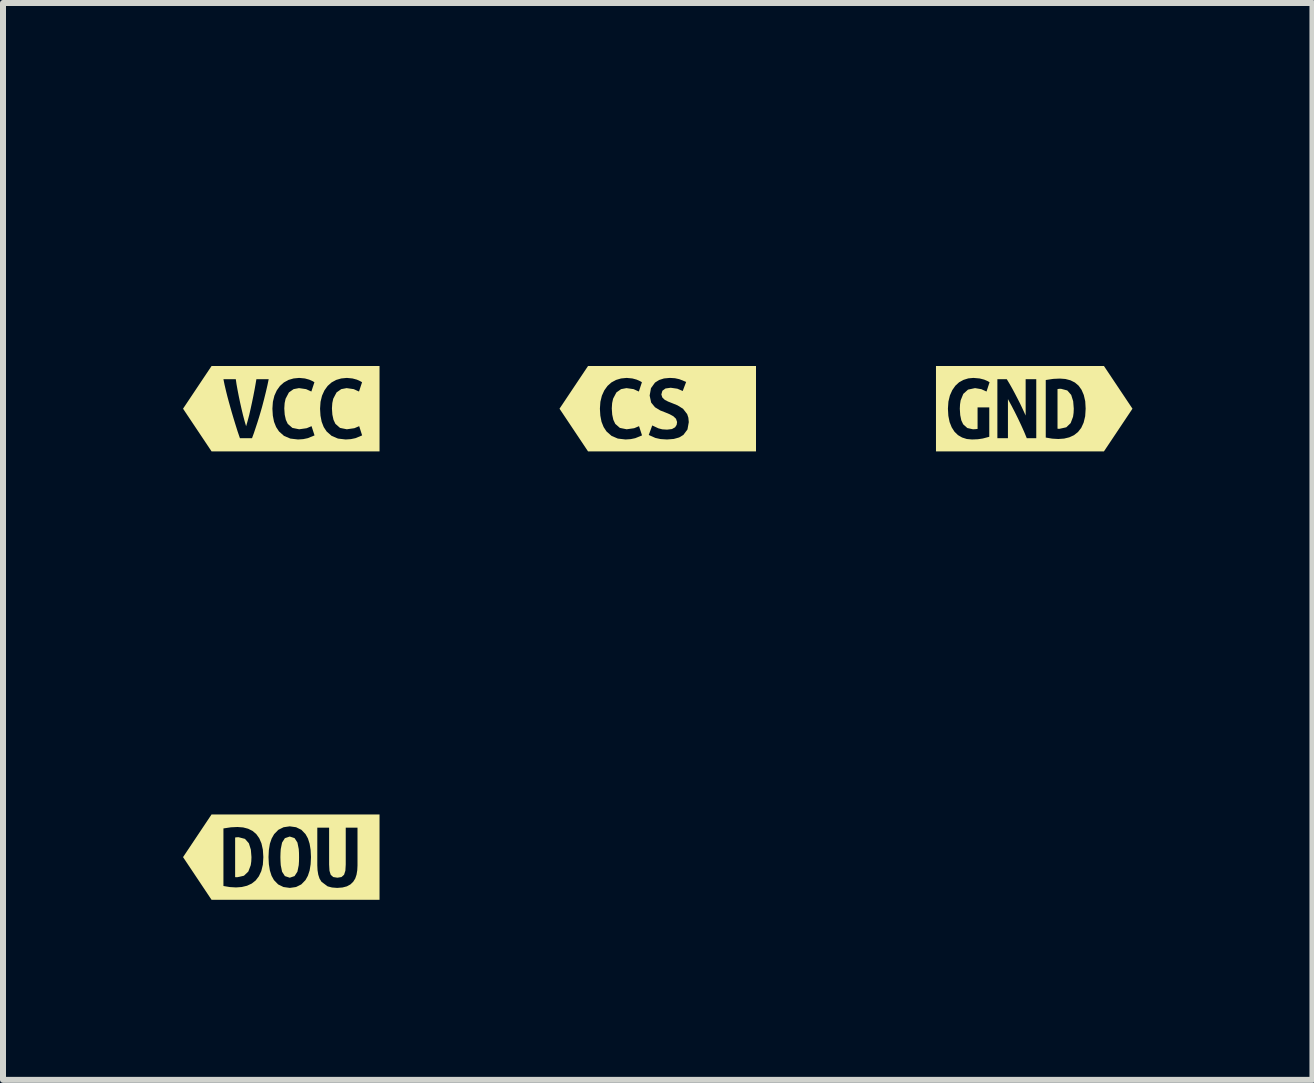
<source format=kicad_pcb>
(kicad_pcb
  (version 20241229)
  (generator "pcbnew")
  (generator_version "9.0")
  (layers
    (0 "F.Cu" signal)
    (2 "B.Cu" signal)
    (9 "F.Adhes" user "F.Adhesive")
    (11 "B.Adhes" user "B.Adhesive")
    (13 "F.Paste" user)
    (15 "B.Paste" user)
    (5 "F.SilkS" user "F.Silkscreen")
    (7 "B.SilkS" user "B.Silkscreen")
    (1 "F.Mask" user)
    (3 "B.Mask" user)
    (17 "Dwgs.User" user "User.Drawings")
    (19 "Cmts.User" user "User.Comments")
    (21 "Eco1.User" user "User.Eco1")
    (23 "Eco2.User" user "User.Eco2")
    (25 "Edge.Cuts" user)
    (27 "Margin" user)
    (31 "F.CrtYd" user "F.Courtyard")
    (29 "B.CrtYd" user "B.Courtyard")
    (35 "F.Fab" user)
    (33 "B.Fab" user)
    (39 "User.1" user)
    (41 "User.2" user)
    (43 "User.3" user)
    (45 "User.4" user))
  (footprint "kibuzzard-6458C228"
    (layer "F.Cu")
    (at 1.637 11.232)
    (property "Reference" "kibuzzard-6458C228" (at 0 -3.759 0) (layer "F.SilkS") (effects (font (size 0.001 0.001) (thickness 0.15))))
    (attr board_only exclude_from_pos_files exclude_from_bom)
    (fp_poly (pts (xy -0.769 0.333) (xy -0.751 0.335) (xy -0.734 0.335) (xy -0.622 0.31) (xy -0.549 0.24) (xy -0.509 0.134) (xy -0.5 0.07) (xy -0.497 0) (xy -0.507 -0.124) (xy -0.54 -0.23) (xy -0.605 -0.304) (xy -0.712 -0.332) (xy -0.74 -0.331) (xy -0.769 -0.327) (xy -0.769 0.333)) (stroke (width 0) (type solid)) (fill yes) (layer "F.SilkS"))
    (fp_poly (pts (xy -0.015 0) (xy -0.013 0.069) (xy -0.009 0.134) (xy 0.013 0.243) (xy 0.06 0.316) (xy 0.141 0.343) (xy 0.221 0.316) (xy 0.269 0.242) (xy 0.291 0.133) (xy 0.295 0.069) (xy 0.296 0) (xy 0.295 -0.069) (xy 0.291 -0.134) (xy 0.269 -0.243) (xy 0.222 -0.316) (xy 0.141 -0.343) (xy 0.06 -0.316) (xy 0.013 -0.242) (xy -0.009 -0.133) (xy -0.013 -0.069) (xy -0.015 0)) (stroke (width 0) (type solid)) (fill yes) (layer "F.SilkS"))
    (fp_poly (pts (xy -0.964 -0.711) (xy -1.162 -0.711) (xy -1.637 0) (xy -1.162 0.711) (xy -0.964 0.711) (xy -0.754 0.711) (xy -0.754 0.505) (xy -0.857 0.499) (xy -0.964 0.481) (xy -0.964 -0.478) (xy -0.839 -0.497) (xy -0.729 -0.502) (xy -0.636 -0.495) (xy -0.552 -0.473) (xy -0.478 -0.436) (xy -0.416 -0.383) (xy -0.367 -0.314) (xy -0.33 -0.228) (xy -0.307 -0.124) (xy -0.299 0) (xy -0.307 0.126) (xy -0.333 0.233) (xy -0.374 0.32) (xy -0.427 0.389) (xy -0.493 0.441) (xy -0.571 0.477) (xy -0.659 0.498) (xy -0.754 0.505) (xy -0.754 0.711) (xy 0.143 0.711) (xy 0.143 0.513) (xy 0.036 0.498) (xy -0.052 0.455) (xy -0.122 0.383) (xy -0.162 0.311) (xy -0.19 0.223) (xy -0.207 0.119) (xy -0.213 0) (xy -0.207 -0.119) (xy -0.19 -0.223) (xy -0.16 -0.311) (xy -0.119 -0.383) (xy -0.049 -0.455) (xy 0.038 -0.498) (xy 0.141 -0.513) (xy 0.247 -0.498) (xy 0.335 -0.455) (xy 0.404 -0.383) (xy 0.444 -0.311) (xy 0.472 -0.223) (xy 0.489 -0.119) (xy 0.495 0) (xy 0.489 0.119) (xy 0.472 0.223) (xy 0.443 0.311) (xy 0.403 0.383) (xy 0.333 0.455) (xy 0.246 0.498) (xy 0.143 0.513) (xy 0.143 0.711) (xy 0.931 0.711) (xy 0.931 0.513) (xy 0.844 0.506) (xy 0.772 0.487) (xy 0.67 0.411) (xy 0.637 0.357) (xy 0.616 0.292) (xy 0.604 0.218) (xy 0.6 0.137) (xy 0.6 -0.491) (xy 0.797 -0.491) (xy 0.797 0.124) (xy 0.803 0.228) (xy 0.824 0.295) (xy 0.866 0.332) (xy 0.935 0.343) (xy 1.003 0.332) (xy 1.046 0.294) (xy 1.068 0.226) (xy 1.074 0.122) (xy 1.074 -0.491) (xy 1.27 -0.491) (xy 1.27 0.137) (xy 1.266 0.218) (xy 1.254 0.292) (xy 1.232 0.357) (xy 1.198 0.411) (xy 1.152 0.455) (xy 1.093 0.487) (xy 1.02 0.506) (xy 0.931 0.513) (xy 0.931 0.711) (xy 1.438 0.711) (xy 1.637 0.711) (xy 1.637 -0.711) (xy 1.438 -0.711) (xy -0.964 -0.711)) (stroke (width 0) (type solid)) (fill yes) (layer "F.SilkS")))
  (footprint "kibuzzard-6458C092"
    (layer "F.Cu")
    (at 14.183 3.76)
    (property "Reference" "kibuzzard-6458C092" (at 0 -3.759 0) (layer "F.SilkS") (effects (font (size 0.001 0.001) (thickness 0.15))))
    (attr board_only exclude_from_pos_files exclude_from_bom)
    (fp_poly (pts (xy 0.388 0.333) (xy 0.405 0.335) (xy 0.422 0.335) (xy 0.534 0.31) (xy 0.607 0.24) (xy 0.647 0.134) (xy 0.656 0.07) (xy 0.659 0) (xy 0.649 -0.124) (xy 0.616 -0.23) (xy 0.551 -0.304) (xy 0.445 -0.332) (xy 0.416 -0.331) (xy 0.388 -0.327) (xy 0.388 0.333)) (stroke (width 0) (type solid)) (fill yes) (layer "F.SilkS"))
    (fp_poly (pts (xy -1.438 -0.711) (xy -1.637 -0.711) (xy -1.637 0.711) (xy -1.438 0.711) (xy -1.036 0.711) (xy -1.036 0.513) (xy -1.124 0.505) (xy -1.202 0.48) (xy -1.271 0.44) (xy -1.329 0.383) (xy -1.375 0.311) (xy -1.41 0.223) (xy -1.431 0.119) (xy -1.438 0) (xy -1.43 -0.118) (xy -1.405 -0.221) (xy -1.365 -0.31) (xy -1.314 -0.383) (xy -1.252 -0.44) (xy -1.179 -0.48) (xy -1.099 -0.505) (xy -1.013 -0.513) (xy -0.91 -0.504) (xy -0.832 -0.484) (xy -0.777 -0.46) (xy -0.744 -0.441) (xy -0.795 -0.286) (xy -0.881 -0.325) (xy -0.986 -0.343) (xy -1.103 -0.318) (xy -1.182 -0.247) (xy -1.226 -0.139) (xy -1.236 -0.073) (xy -1.24 0) (xy -1.233 0.107) (xy -1.215 0.194) (xy -1.184 0.26) (xy -1.115 0.322) (xy -1.021 0.343) (xy -0.982 0.341) (xy -0.944 0.337) (xy -0.944 -0.022) (xy -0.749 -0.022) (xy -0.749 0.468) (xy -0.858 0.497) (xy -0.939 0.509) (xy -1.036 0.513) (xy -1.036 0.711) (xy -0.124 0.711) (xy -0.124 0.492) (xy -0.169 0.383) (xy -0.218 0.274) (xy -0.269 0.166) (xy -0.323 0.057) (xy -0.379 -0.051) (xy -0.438 -0.16) (xy -0.438 0.492) (xy -0.614 0.492) (xy -0.614 -0.491) (xy -0.457 -0.491) (xy -0.413 -0.418) (xy -0.368 -0.339) (xy -0.324 -0.257) (xy -0.282 -0.176) (xy -0.241 -0.096) (xy -0.204 -0.019) (xy -0.171 0.052) (xy -0.143 0.114) (xy -0.143 -0.491) (xy 0.034 -0.491) (xy 0.034 0.492) (xy -0.124 0.492) (xy -0.124 0.711) (xy 0.402 0.711) (xy 0.402 0.505) (xy 0.299 0.499) (xy 0.192 0.481) (xy 0.192 -0.478) (xy 0.318 -0.497) (xy 0.427 -0.502) (xy 0.52 -0.495) (xy 0.604 -0.473) (xy 0.678 -0.436) (xy 0.74 -0.383) (xy 0.789 -0.314) (xy 0.826 -0.228) (xy 0.85 -0.124) (xy 0.857 0) (xy 0.849 0.126) (xy 0.823 0.233) (xy 0.783 0.32) (xy 0.729 0.389) (xy 0.663 0.441) (xy 0.585 0.477) (xy 0.498 0.498) (xy 0.402 0.505) (xy 0.402 0.711) (xy 0.964 0.711) (xy 1.162 0.711) (xy 1.637 0) (xy 1.162 -0.711) (xy 0.964 -0.711) (xy -1.438 -0.711)) (stroke (width 0) (type solid)) (fill yes) (layer "F.SilkS")))
  (footprint "kibuzzard-6458C1CB"
    (layer "F.Cu")
    (at 7.91 3.76)
    (property "Reference" "kibuzzard-6458C1CB" (at 0 -3.759 0) (layer "F.SilkS") (effects (font (size 0.001 0.001) (thickness 0.15))))
    (attr board_only exclude_from_pos_files exclude_from_bom)
    (fp_poly (pts (xy -0.964 -0.711) (xy -1.162 -0.711) (xy -1.637 0) (xy -1.162 0.711) (xy -0.964 0.711) (xy -0.537 0.711) (xy -0.537 0.513) (xy -0.665 0.498) (xy -0.77 0.453) (xy -0.854 0.379) (xy -0.902 0.306) (xy -0.937 0.218) (xy -0.957 0.116) (xy -0.964 0) (xy -0.956 -0.115) (xy -0.931 -0.217) (xy -0.891 -0.305) (xy -0.838 -0.379) (xy -0.773 -0.437) (xy -0.696 -0.479) (xy -0.611 -0.504) (xy -0.518 -0.513) (xy -0.423 -0.504) (xy -0.35 -0.484) (xy -0.296 -0.46) (xy -0.264 -0.441) (xy -0.315 -0.286) (xy -0.403 -0.326) (xy -0.521 -0.343) (xy -0.611 -0.326) (xy -0.689 -0.271) (xy -0.744 -0.167) (xy -0.76 -0.094) (xy -0.766 -0.005) (xy -0.759 0.099) (xy -0.74 0.185) (xy -0.708 0.253) (xy -0.631 0.32) (xy -0.518 0.343) (xy -0.392 0.325) (xy -0.312 0.291) (xy -0.262 0.445) (xy -0.374 0.491) (xy -0.45 0.507) (xy -0.537 0.513) (xy -0.537 0.711) (xy 0.155 0.711) (xy 0.155 0.513) (xy 0.045 0.506) (xy -0.04 0.487) (xy -0.15 0.438) (xy -0.092 0.279) (xy 0.01 0.327) (xy 0.076 0.344) (xy 0.155 0.349) (xy 0.237 0.339) (xy 0.289 0.31) (xy 0.315 0.269) (xy 0.322 0.222) (xy 0.304 0.168) (xy 0.26 0.126) (xy 0.2 0.093) (xy 0.133 0.065) (xy 0.041 0.029) (xy -0.046 -0.024) (xy -0.11 -0.102) (xy -0.135 -0.219) (xy -0.113 -0.342) (xy -0.046 -0.435) (xy 0.022 -0.478) (xy 0.104 -0.504) (xy 0.201 -0.513) (xy 0.286 -0.508) (xy 0.359 -0.492) (xy 0.473 -0.446) (xy 0.416 -0.295) (xy 0.327 -0.333) (xy 0.216 -0.349) (xy 0.129 -0.337) (xy 0.077 -0.299) (xy 0.06 -0.237) (xy 0.076 -0.187) (xy 0.116 -0.148) (xy 0.172 -0.119) (xy 0.233 -0.095) (xy 0.329 -0.056) (xy 0.421 0.001) (xy 0.49 0.09) (xy 0.51 0.15) (xy 0.517 0.224) (xy 0.495 0.346) (xy 0.427 0.437) (xy 0.357 0.479) (xy 0.267 0.504) (xy 0.155 0.513) (xy 0.155 0.711) (xy 1.438 0.711) (xy 1.637 0.711) (xy 1.637 -0.711) (xy 1.438 -0.711) (xy -0.964 -0.711)) (stroke (width 0) (type solid)) (fill yes) (layer "F.SilkS")))
  (footprint "kibuzzard-6458C1A5"
    (layer "F.Cu")
    (at 1.637 3.76)
    (property "Reference" "kibuzzard-6458C1A5" (at 0 -3.759 0) (layer "F.SilkS") (effects (font (size 0.001 0.001) (thickness 0.15))))
    (attr board_only exclude_from_pos_files exclude_from_bom)
    (fp_poly (pts (xy -0.964 -0.711) (xy -1.162 -0.711) (xy -1.637 0) (xy -1.162 0.711) (xy -0.964 0.711) (xy -0.689 0.711) (xy -0.689 0.492) (xy -0.729 0.375) (xy -0.77 0.244) (xy -0.798 0.152) (xy -0.825 0.061) (xy -0.851 -0.031) (xy -0.876 -0.121) (xy -0.899 -0.207) (xy -0.92 -0.291) (xy -0.946 -0.402) (xy -0.964 -0.491) (xy -0.758 -0.491) (xy -0.746 -0.408) (xy -0.729 -0.314) (xy -0.709 -0.211) (xy -0.687 -0.106) (xy -0.663 0.001) (xy -0.638 0.106) (xy -0.612 0.204) (xy -0.586 0.292) (xy -0.561 0.205) (xy -0.535 0.107) (xy -0.511 0.002) (xy -0.488 -0.104) (xy -0.466 -0.21) (xy -0.446 -0.313) (xy -0.429 -0.408) (xy -0.415 -0.491) (xy -0.21 -0.491) (xy -0.231 -0.39) (xy -0.257 -0.278) (xy -0.287 -0.157) (xy -0.32 -0.031) (xy -0.345 0.056) (xy -0.371 0.144) (xy -0.399 0.233) (xy -0.428 0.321) (xy -0.457 0.408) (xy -0.488 0.492) (xy -0.689 0.492) (xy -0.689 0.711) (xy 0.279 0.711) (xy 0.279 0.513) (xy 0.151 0.498) (xy 0.045 0.453) (xy -0.038 0.379) (xy -0.086 0.306) (xy -0.121 0.218) (xy -0.141 0.116) (xy -0.148 0) (xy -0.14 -0.115) (xy -0.115 -0.217) (xy -0.075 -0.305) (xy -0.022 -0.379) (xy 0.043 -0.437) (xy 0.119 -0.479) (xy 0.205 -0.504) (xy 0.298 -0.513) (xy 0.393 -0.504) (xy 0.466 -0.484) (xy 0.52 -0.46) (xy 0.552 -0.441) (xy 0.501 -0.286) (xy 0.413 -0.326) (xy 0.295 -0.343) (xy 0.205 -0.326) (xy 0.127 -0.271) (xy 0.072 -0.167) (xy 0.056 -0.094) (xy 0.05 -0.005) (xy 0.057 0.099) (xy 0.076 0.185) (xy 0.108 0.253) (xy 0.185 0.32) (xy 0.298 0.343) (xy 0.424 0.325) (xy 0.504 0.291) (xy 0.554 0.445) (xy 0.442 0.491) (xy 0.366 0.507) (xy 0.279 0.513) (xy 0.279 0.711) (xy 1.073 0.711) (xy 1.073 0.513) (xy 0.945 0.498) (xy 0.839 0.453) (xy 0.755 0.379) (xy 0.707 0.306) (xy 0.673 0.218) (xy 0.653 0.116) (xy 0.646 0) (xy 0.654 -0.115) (xy 0.679 -0.217) (xy 0.719 -0.305) (xy 0.772 -0.379) (xy 0.837 -0.437) (xy 0.913 -0.479) (xy 0.999 -0.504) (xy 1.092 -0.513) (xy 1.186 -0.504) (xy 1.26 -0.484) (xy 1.313 -0.46) (xy 1.346 -0.441) (xy 1.295 -0.286) (xy 1.207 -0.326) (xy 1.089 -0.343) (xy 0.999 -0.326) (xy 0.921 -0.271) (xy 0.866 -0.167) (xy 0.85 -0.094) (xy 0.844 -0.005) (xy 0.851 0.099) (xy 0.87 0.185) (xy 0.902 0.253) (xy 0.979 0.32) (xy 1.092 0.343) (xy 1.218 0.325) (xy 1.298 0.291) (xy 1.347 0.445) (xy 1.236 0.491) (xy 1.16 0.507) (xy 1.073 0.513) (xy 1.073 0.711) (xy 1.438 0.711) (xy 1.637 0.711) (xy 1.637 -0.711) (xy 1.438 -0.711) (xy -0.964 -0.711)) (stroke (width 0) (type solid)) (fill yes) (layer "F.SilkS")))
  (gr_rect
    (start -3 -3)
    (end 18.819 14.943)
    (stroke (width 0.1) (type default))
    (fill no)
    (layer "Edge.Cuts")))
</source>
